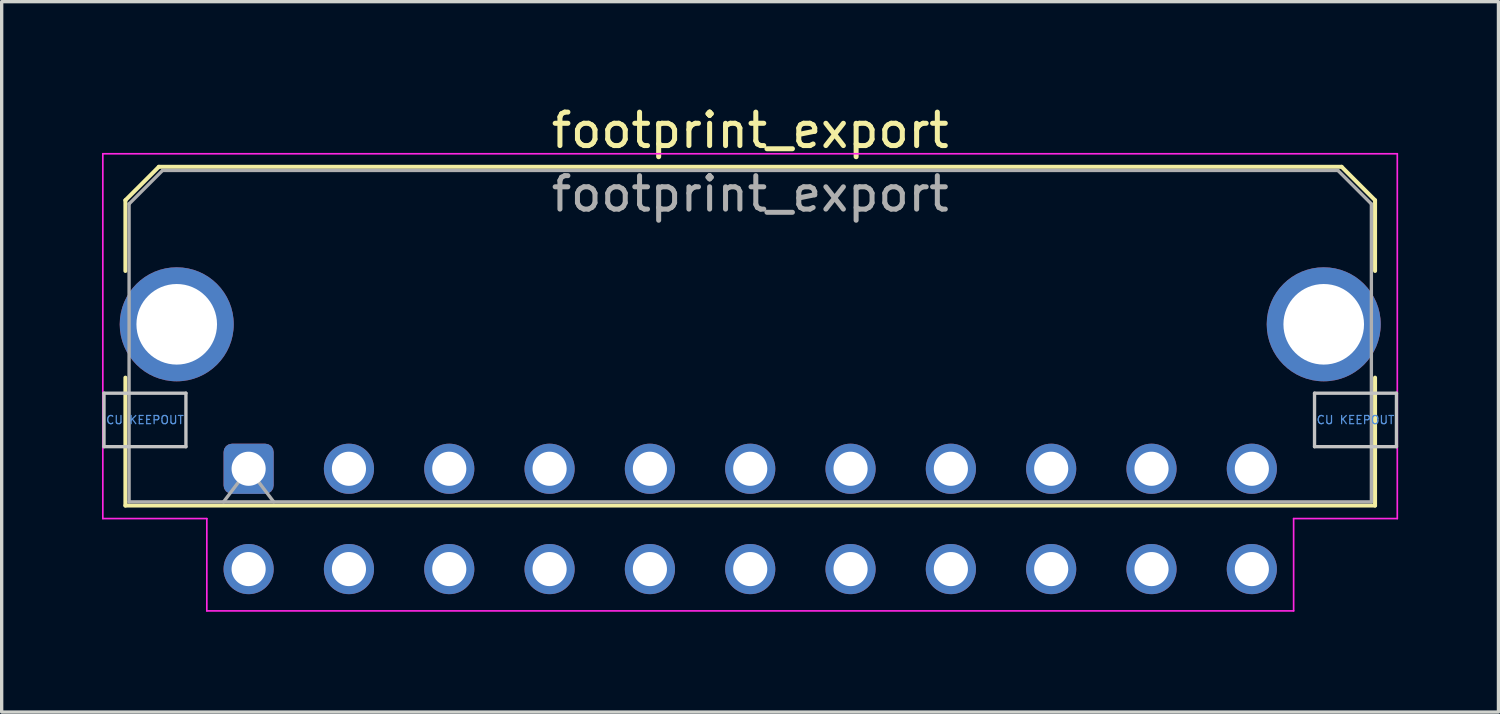
<source format=kicad_pcb>
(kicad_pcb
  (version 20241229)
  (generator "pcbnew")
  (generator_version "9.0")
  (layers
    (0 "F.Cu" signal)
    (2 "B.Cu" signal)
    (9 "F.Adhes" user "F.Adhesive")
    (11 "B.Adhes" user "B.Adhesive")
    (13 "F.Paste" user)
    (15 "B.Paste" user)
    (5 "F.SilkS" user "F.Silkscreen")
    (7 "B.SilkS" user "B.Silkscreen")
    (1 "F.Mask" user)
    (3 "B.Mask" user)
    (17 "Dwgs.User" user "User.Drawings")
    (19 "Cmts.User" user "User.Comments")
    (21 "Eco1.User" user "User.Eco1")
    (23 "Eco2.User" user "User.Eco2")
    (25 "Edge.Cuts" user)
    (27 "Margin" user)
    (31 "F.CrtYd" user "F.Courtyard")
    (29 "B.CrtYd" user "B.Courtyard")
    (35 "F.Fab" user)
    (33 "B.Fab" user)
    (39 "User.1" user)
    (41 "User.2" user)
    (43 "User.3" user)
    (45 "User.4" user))
  (footprint "footprint_export"
    (layer "F.Cu")
    (at 4.385 10.968)
    (property "Reference" "footprint_export" (at 15 -10.12 0) (layer "F.SilkS") (effects (font (size 1 1) (thickness 0.15))))
    (attr through_hole)
    (fp_line (start -3.685 -8.03) (end -2.685 -9.03) (stroke (width 0.12) (type solid)) (layer "F.SilkS"))
    (fp_line (start -3.685 -5.915) (end -3.685 -8.03) (stroke (width 0.12) (type solid)) (layer "F.SilkS"))
    (fp_line (start -3.685 -2.725) (end -3.685 1.1) (stroke (width 0.12) (type solid)) (layer "F.SilkS"))
    (fp_line (start -3.685 1.1) (end 33.685 1.1) (stroke (width 0.12) (type solid)) (layer "F.SilkS"))
    (fp_line (start -2.685 -9.03) (end 32.685 -9.03) (stroke (width 0.12) (type solid)) (layer "F.SilkS"))
    (fp_line (start 32.685 -9.03) (end 33.685 -8.03) (stroke (width 0.12) (type solid)) (layer "F.SilkS"))
    (fp_line (start 33.685 -8.03) (end 33.685 -5.915) (stroke (width 0.12) (type solid)) (layer "F.SilkS"))
    (fp_line (start 33.685 1.1) (end 33.685 -2.725) (stroke (width 0.12) (type solid)) (layer "F.SilkS"))
    (fp_line (start -4.325 -2.26) (end -4.325 -0.66) (stroke (width 0.1) (type solid)) (layer "Dwgs.User"))
    (fp_line (start -4.325 -0.66) (end -1.875 -0.66) (stroke (width 0.1) (type solid)) (layer "Dwgs.User"))
    (fp_line (start -1.875 -2.26) (end -4.325 -2.26) (stroke (width 0.1) (type solid)) (layer "Dwgs.User"))
    (fp_line (start -1.875 -0.66) (end -1.875 -2.26) (stroke (width 0.1) (type solid)) (layer "Dwgs.User"))
    (fp_line (start 31.875 -2.26) (end 31.875 -0.66) (stroke (width 0.1) (type solid)) (layer "Dwgs.User"))
    (fp_line (start 31.875 -0.66) (end 34.325 -0.66) (stroke (width 0.1) (type solid)) (layer "Dwgs.User"))
    (fp_line (start 34.325 -2.26) (end 31.875 -2.26) (stroke (width 0.1) (type solid)) (layer "Dwgs.User"))
    (fp_line (start 34.325 -0.66) (end 34.325 -2.26) (stroke (width 0.1) (type solid)) (layer "Dwgs.User"))
    (fp_line (start -4.36 -9.42) (end 34.35 -9.42) (stroke (width 0.05) (type solid)) (layer "F.CrtYd"))
    (fp_line (start -4.36 1.49) (end -4.36 -9.42) (stroke (width 0.05) (type solid)) (layer "F.CrtYd"))
    (fp_line (start -1.25 1.49) (end -4.36 1.49) (stroke (width 0.05) (type solid)) (layer "F.CrtYd"))
    (fp_line (start -1.25 4.25) (end -1.25 1.49) (stroke (width 0.05) (type solid)) (layer "F.CrtYd"))
    (fp_line (start 31.25 1.49) (end 31.25 4.25) (stroke (width 0.05) (type solid)) (layer "F.CrtYd"))
    (fp_line (start 31.25 4.25) (end -1.25 4.25) (stroke (width 0.05) (type solid)) (layer "F.CrtYd"))
    (fp_line (start 34.35 -9.42) (end 34.35 1.49) (stroke (width 0.05) (type solid)) (layer "F.CrtYd"))
    (fp_line (start 34.35 1.49) (end 31.25 1.49) (stroke (width 0.05) (type solid)) (layer "F.CrtYd"))
    (fp_line (start -3.575 -7.92) (end -2.575 -8.92) (stroke (width 0.1) (type solid)) (layer "F.Fab"))
    (fp_line (start -3.575 0.99) (end -3.575 -7.92) (stroke (width 0.1) (type solid)) (layer "F.Fab"))
    (fp_line (start -2.575 -8.92) (end 32.575 -8.92) (stroke (width 0.1) (type solid)) (layer "F.Fab"))
    (fp_line (start -0.75 0.99) (end 0 0) (stroke (width 0.1) (type solid)) (layer "F.Fab"))
    (fp_line (start 0 0) (end 0.75 0.99) (stroke (width 0.1) (type solid)) (layer "F.Fab"))
    (fp_line (start 32.575 -8.92) (end 33.575 -7.92) (stroke (width 0.1) (type solid)) (layer "F.Fab"))
    (fp_line (start 33.575 -7.92) (end 33.575 0.99) (stroke (width 0.1) (type solid)) (layer "F.Fab"))
    (fp_line (start 33.575 0.99) (end -3.575 0.99) (stroke (width 0.1) (type solid)) (layer "F.Fab"))
    (fp_text user "CU KEEPOUT" (at 33.1 -1.46 0) (layer "Cmts.User") (effects (font (size 0.245 0.245) (thickness 0.037))))
    (fp_text user "CU KEEPOUT" (at -3.1 -1.46 0) (layer "Cmts.User") (effects (font (size 0.245 0.245) (thickness 0.037))))
    (fp_text user "${REFERENCE}" (at 15 -8.22 0) (layer "F.Fab") (effects (font (size 1 1) (thickness 0.15))))
    (pad "1" thru_hole roundrect (at 0 0) (size 1.5 1.5) (drill 1.02) (layers "*.Cu" "*.Mask") (roundrect_rratio 0.167))
    (pad "2" thru_hole circle (at 3 0) (size 1.5 1.5) (drill 1.02) (layers "*.Cu" "*.Mask"))
    (pad "3" thru_hole circle (at 6 0) (size 1.5 1.5) (drill 1.02) (layers "*.Cu" "*.Mask"))
    (pad "4" thru_hole circle (at 9 0) (size 1.5 1.5) (drill 1.02) (layers "*.Cu" "*.Mask"))
    (pad "5" thru_hole circle (at 12 0) (size 1.5 1.5) (drill 1.02) (layers "*.Cu" "*.Mask"))
    (pad "6" thru_hole circle (at 15 0) (size 1.5 1.5) (drill 1.02) (layers "*.Cu" "*.Mask"))
    (pad "7" thru_hole circle (at 18 0) (size 1.5 1.5) (drill 1.02) (layers "*.Cu" "*.Mask"))
    (pad "8" thru_hole circle (at 21 0) (size 1.5 1.5) (drill 1.02) (layers "*.Cu" "*.Mask"))
    (pad "9" thru_hole circle (at 24 0) (size 1.5 1.5) (drill 1.02) (layers "*.Cu" "*.Mask"))
    (pad "10" thru_hole circle (at 27 0) (size 1.5 1.5) (drill 1.02) (layers "*.Cu" "*.Mask"))
    (pad "11" thru_hole circle (at 30 0) (size 1.5 1.5) (drill 1.02) (layers "*.Cu" "*.Mask"))
    (pad "12" thru_hole circle (at 0 3) (size 1.5 1.5) (drill 1.02) (layers "*.Cu" "*.Mask"))
    (pad "13" thru_hole circle (at 3 3) (size 1.5 1.5) (drill 1.02) (layers "*.Cu" "*.Mask"))
    (pad "14" thru_hole circle (at 6 3) (size 1.5 1.5) (drill 1.02) (layers "*.Cu" "*.Mask"))
    (pad "15" thru_hole circle (at 9 3) (size 1.5 1.5) (drill 1.02) (layers "*.Cu" "*.Mask"))
    (pad "16" thru_hole circle (at 12 3) (size 1.5 1.5) (drill 1.02) (layers "*.Cu" "*.Mask"))
    (pad "17" thru_hole circle (at 15 3) (size 1.5 1.5) (drill 1.02) (layers "*.Cu" "*.Mask"))
    (pad "18" thru_hole circle (at 18 3) (size 1.5 1.5) (drill 1.02) (layers "*.Cu" "*.Mask"))
    (pad "19" thru_hole circle (at 21 3) (size 1.5 1.5) (drill 1.02) (layers "*.Cu" "*.Mask"))
    (pad "20" thru_hole circle (at 24 3) (size 1.5 1.5) (drill 1.02) (layers "*.Cu" "*.Mask"))
    (pad "21" thru_hole circle (at 27 3) (size 1.5 1.5) (drill 1.02) (layers "*.Cu" "*.Mask"))
    (pad "22" thru_hole circle (at 30 3) (size 1.5 1.5) (drill 1.02) (layers "*.Cu" "*.Mask"))
    (pad "MP" thru_hole circle (at -2.15 -4.32) (size 3.41 3.41) (drill 2.41) (layers "*.Cu" "*.Mask"))
    (pad "MP" thru_hole circle (at 32.15 -4.32) (size 3.41 3.41) (drill 2.41) (layers "*.Cu" "*.Mask")))
  (gr_rect
    (start -3 -3)
    (end 41.76 18.243)
    (stroke (width 0.1) (type default))
    (fill no)
    (layer "Edge.Cuts")))
</source>
